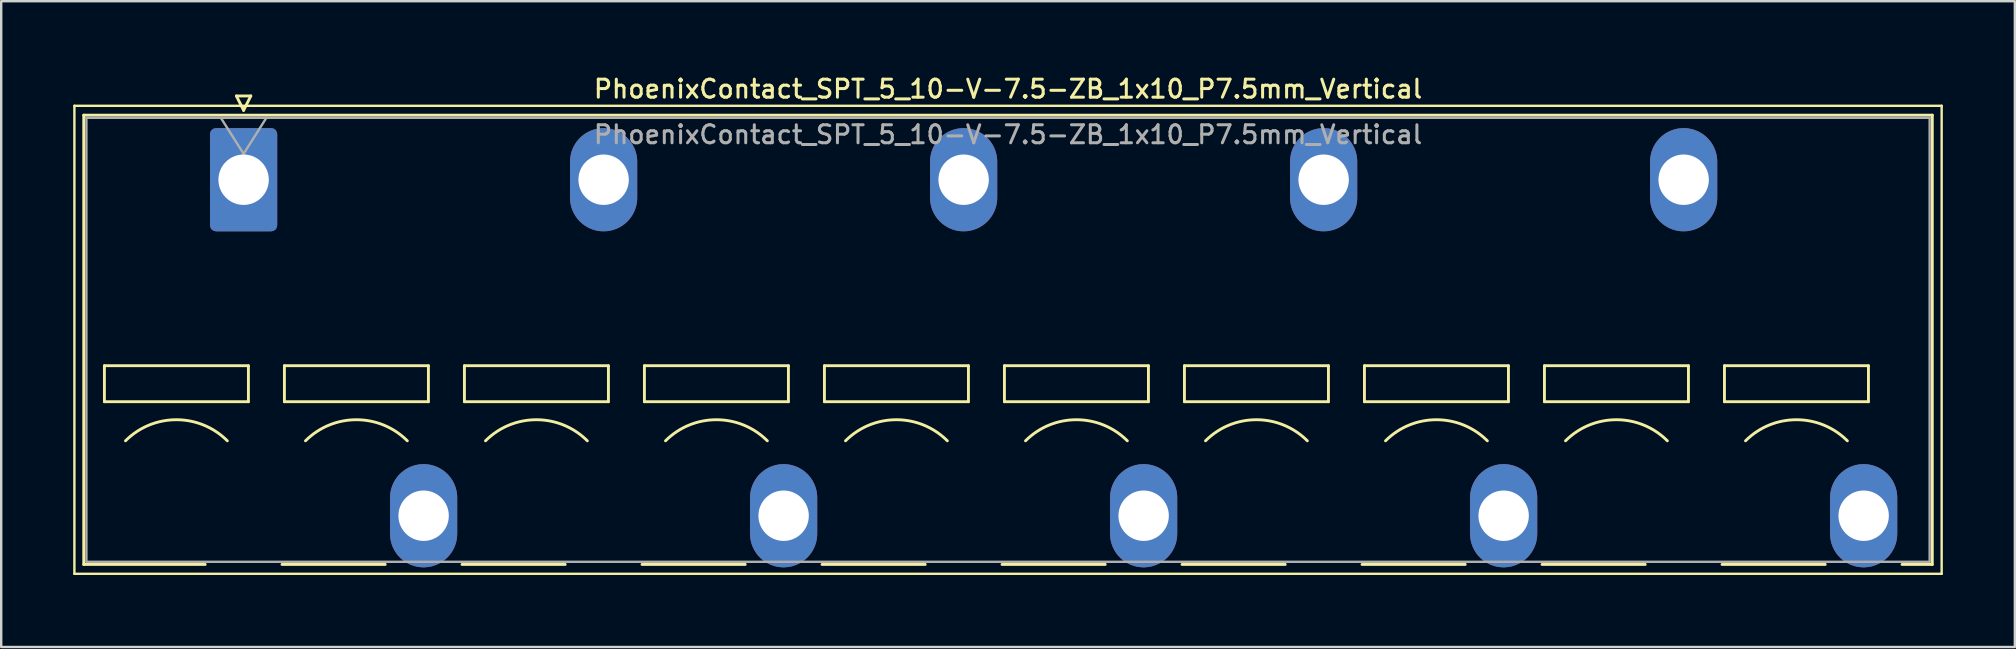
<source format=kicad_pcb>
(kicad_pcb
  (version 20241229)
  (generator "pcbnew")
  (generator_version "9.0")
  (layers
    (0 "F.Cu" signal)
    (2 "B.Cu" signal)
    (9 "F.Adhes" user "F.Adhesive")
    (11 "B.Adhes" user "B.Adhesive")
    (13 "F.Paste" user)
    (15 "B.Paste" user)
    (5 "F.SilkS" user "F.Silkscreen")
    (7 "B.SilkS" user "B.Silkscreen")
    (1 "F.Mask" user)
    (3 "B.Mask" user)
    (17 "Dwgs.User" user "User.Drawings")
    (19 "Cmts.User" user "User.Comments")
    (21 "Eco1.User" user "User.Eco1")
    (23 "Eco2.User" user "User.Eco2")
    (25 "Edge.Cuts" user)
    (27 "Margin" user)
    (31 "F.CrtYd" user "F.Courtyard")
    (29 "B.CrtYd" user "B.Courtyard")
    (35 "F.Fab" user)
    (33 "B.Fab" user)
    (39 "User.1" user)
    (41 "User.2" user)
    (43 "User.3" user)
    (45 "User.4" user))
  (footprint "PhoenixContact_SPT_5_10-V-7.5-ZB_1x10_P7.5mm_Vertical"
    (layer "F.Cu")
    (at 7.1 4.438)
    (property "Reference" "PhoenixContact_SPT_5_10-V-7.5-ZB_1x10_P7.5mm_Vertical" (at 31.85 -3.78 0) (layer "F.SilkS") (effects (font (size 0.75 0.75) (thickness 0.125))))
    (attr through_hole)
    (fp_line (start -7.05 -3.08) (end -7.05 16.42) (stroke (width 0.1) (type solid)) (layer "F.SilkS"))
    (fp_line (start -7.05 16.42) (end 70.75 16.42) (stroke (width 0.1) (type solid)) (layer "F.SilkS"))
    (fp_line (start -6.66 -2.69) (end 70.36 -2.69) (stroke (width 0.12) (type solid)) (layer "F.SilkS"))
    (fp_line (start -6.66 16.03) (end -6.66 -2.69) (stroke (width 0.12) (type solid)) (layer "F.SilkS"))
    (fp_line (start -6.66 16.03) (end -1.6 16.03) (stroke (width 0.12) (type solid)) (layer "F.SilkS"))
    (fp_line (start -5.8 7.75) (end -5.8 9.25) (stroke (width 0.12) (type solid)) (layer "F.SilkS"))
    (fp_line (start -5.8 9.25) (end 0.2 9.25) (stroke (width 0.12) (type solid)) (layer "F.SilkS"))
    (fp_line (start -0.3 -3.49) (end 0 -2.89) (stroke (width 0.12) (type solid)) (layer "F.SilkS"))
    (fp_line (start -0.3 -3.49) (end 0.3 -3.49) (stroke (width 0.12) (type solid)) (layer "F.SilkS"))
    (fp_line (start 0.2 7.75) (end -5.8 7.75) (stroke (width 0.12) (type solid)) (layer "F.SilkS"))
    (fp_line (start 0.2 9.25) (end 0.2 7.75) (stroke (width 0.12) (type solid)) (layer "F.SilkS"))
    (fp_line (start 0.3 -3.49) (end 0 -2.89) (stroke (width 0.12) (type solid)) (layer "F.SilkS"))
    (fp_line (start 1.6 16.03) (end 5.9 16.03) (stroke (width 0.12) (type solid)) (layer "F.SilkS"))
    (fp_line (start 1.7 7.75) (end 1.7 9.25) (stroke (width 0.12) (type solid)) (layer "F.SilkS"))
    (fp_line (start 1.7 9.25) (end 7.7 9.25) (stroke (width 0.12) (type solid)) (layer "F.SilkS"))
    (fp_line (start 7.7 7.75) (end 1.7 7.75) (stroke (width 0.12) (type solid)) (layer "F.SilkS"))
    (fp_line (start 7.7 9.25) (end 7.7 7.75) (stroke (width 0.12) (type solid)) (layer "F.SilkS"))
    (fp_line (start 9.1 16.03) (end 13.4 16.03) (stroke (width 0.12) (type solid)) (layer "F.SilkS"))
    (fp_line (start 9.2 7.75) (end 9.2 9.25) (stroke (width 0.12) (type solid)) (layer "F.SilkS"))
    (fp_line (start 9.2 9.25) (end 15.2 9.25) (stroke (width 0.12) (type solid)) (layer "F.SilkS"))
    (fp_line (start 15.2 7.75) (end 9.2 7.75) (stroke (width 0.12) (type solid)) (layer "F.SilkS"))
    (fp_line (start 15.2 9.25) (end 15.2 7.75) (stroke (width 0.12) (type solid)) (layer "F.SilkS"))
    (fp_line (start 16.6 16.03) (end 20.9 16.03) (stroke (width 0.12) (type solid)) (layer "F.SilkS"))
    (fp_line (start 16.7 7.75) (end 16.7 9.25) (stroke (width 0.12) (type solid)) (layer "F.SilkS"))
    (fp_line (start 16.7 9.25) (end 22.7 9.25) (stroke (width 0.12) (type solid)) (layer "F.SilkS"))
    (fp_line (start 22.7 7.75) (end 16.7 7.75) (stroke (width 0.12) (type solid)) (layer "F.SilkS"))
    (fp_line (start 22.7 9.25) (end 22.7 7.75) (stroke (width 0.12) (type solid)) (layer "F.SilkS"))
    (fp_line (start 24.1 16.03) (end 28.4 16.03) (stroke (width 0.12) (type solid)) (layer "F.SilkS"))
    (fp_line (start 24.2 7.75) (end 24.2 9.25) (stroke (width 0.12) (type solid)) (layer "F.SilkS"))
    (fp_line (start 24.2 9.25) (end 30.2 9.25) (stroke (width 0.12) (type solid)) (layer "F.SilkS"))
    (fp_line (start 30.2 7.75) (end 24.2 7.75) (stroke (width 0.12) (type solid)) (layer "F.SilkS"))
    (fp_line (start 30.2 9.25) (end 30.2 7.75) (stroke (width 0.12) (type solid)) (layer "F.SilkS"))
    (fp_line (start 31.6 16.03) (end 35.9 16.03) (stroke (width 0.12) (type solid)) (layer "F.SilkS"))
    (fp_line (start 31.7 7.75) (end 31.7 9.25) (stroke (width 0.12) (type solid)) (layer "F.SilkS"))
    (fp_line (start 31.7 9.25) (end 37.7 9.25) (stroke (width 0.12) (type solid)) (layer "F.SilkS"))
    (fp_line (start 37.7 7.75) (end 31.7 7.75) (stroke (width 0.12) (type solid)) (layer "F.SilkS"))
    (fp_line (start 37.7 9.25) (end 37.7 7.75) (stroke (width 0.12) (type solid)) (layer "F.SilkS"))
    (fp_line (start 39.1 16.03) (end 43.4 16.03) (stroke (width 0.12) (type solid)) (layer "F.SilkS"))
    (fp_line (start 39.2 7.75) (end 39.2 9.25) (stroke (width 0.12) (type solid)) (layer "F.SilkS"))
    (fp_line (start 39.2 9.25) (end 45.2 9.25) (stroke (width 0.12) (type solid)) (layer "F.SilkS"))
    (fp_line (start 45.2 7.75) (end 39.2 7.75) (stroke (width 0.12) (type solid)) (layer "F.SilkS"))
    (fp_line (start 45.2 9.25) (end 45.2 7.75) (stroke (width 0.12) (type solid)) (layer "F.SilkS"))
    (fp_line (start 46.6 16.03) (end 50.9 16.03) (stroke (width 0.12) (type solid)) (layer "F.SilkS"))
    (fp_line (start 46.7 7.75) (end 46.7 9.25) (stroke (width 0.12) (type solid)) (layer "F.SilkS"))
    (fp_line (start 46.7 9.25) (end 52.7 9.25) (stroke (width 0.12) (type solid)) (layer "F.SilkS"))
    (fp_line (start 52.7 7.75) (end 46.7 7.75) (stroke (width 0.12) (type solid)) (layer "F.SilkS"))
    (fp_line (start 52.7 9.25) (end 52.7 7.75) (stroke (width 0.12) (type solid)) (layer "F.SilkS"))
    (fp_line (start 54.1 16.03) (end 58.4 16.03) (stroke (width 0.12) (type solid)) (layer "F.SilkS"))
    (fp_line (start 54.2 7.75) (end 54.2 9.25) (stroke (width 0.12) (type solid)) (layer "F.SilkS"))
    (fp_line (start 54.2 9.25) (end 60.2 9.25) (stroke (width 0.12) (type solid)) (layer "F.SilkS"))
    (fp_line (start 60.2 7.75) (end 54.2 7.75) (stroke (width 0.12) (type solid)) (layer "F.SilkS"))
    (fp_line (start 60.2 9.25) (end 60.2 7.75) (stroke (width 0.12) (type solid)) (layer "F.SilkS"))
    (fp_line (start 61.6 16.03) (end 65.9 16.03) (stroke (width 0.12) (type solid)) (layer "F.SilkS"))
    (fp_line (start 61.7 7.75) (end 61.7 9.25) (stroke (width 0.12) (type solid)) (layer "F.SilkS"))
    (fp_line (start 61.7 9.25) (end 67.7 9.25) (stroke (width 0.12) (type solid)) (layer "F.SilkS"))
    (fp_line (start 67.7 7.75) (end 61.7 7.75) (stroke (width 0.12) (type solid)) (layer "F.SilkS"))
    (fp_line (start 67.7 9.25) (end 67.7 7.75) (stroke (width 0.12) (type solid)) (layer "F.SilkS"))
    (fp_line (start 69.1 16.03) (end 70.36 16.03) (stroke (width 0.12) (type solid)) (layer "F.SilkS"))
    (fp_line (start 70.36 -2.69) (end 70.36 16.03) (stroke (width 0.12) (type solid)) (layer "F.SilkS"))
    (fp_line (start 70.75 -3.08) (end -7.05 -3.08) (stroke (width 0.1) (type solid)) (layer "F.SilkS"))
    (fp_line (start 70.75 16.42) (end 70.75 -3.08) (stroke (width 0.1) (type solid)) (layer "F.SilkS"))
    (fp_arc (start -4.92132 10.87868) (mid -2.8 10) (end -0.67868 10.87868) (stroke (width 0.12) (type solid)) (layer "F.SilkS"))
    (fp_arc (start 2.57868 10.87868) (mid 4.7 10) (end 6.82132 10.87868) (stroke (width 0.12) (type solid)) (layer "F.SilkS"))
    (fp_arc (start 10.07868 10.87868) (mid 12.2 10) (end 14.32132 10.87868) (stroke (width 0.12) (type solid)) (layer "F.SilkS"))
    (fp_arc (start 17.57868 10.87868) (mid 19.7 10) (end 21.82132 10.87868) (stroke (width 0.12) (type solid)) (layer "F.SilkS"))
    (fp_arc (start 25.07868 10.87868) (mid 27.2 10) (end 29.32132 10.87868) (stroke (width 0.12) (type solid)) (layer "F.SilkS"))
    (fp_arc (start 32.57868 10.87868) (mid 34.7 10) (end 36.82132 10.87868) (stroke (width 0.12) (type solid)) (layer "F.SilkS"))
    (fp_arc (start 40.07868 10.87868) (mid 42.2 10) (end 44.32132 10.87868) (stroke (width 0.12) (type solid)) (layer "F.SilkS"))
    (fp_arc (start 47.57868 10.87868) (mid 49.7 10) (end 51.82132 10.87868) (stroke (width 0.12) (type solid)) (layer "F.SilkS"))
    (fp_arc (start 55.07868 10.87868) (mid 57.2 10) (end 59.32132 10.87868) (stroke (width 0.12) (type solid)) (layer "F.SilkS"))
    (fp_arc (start 62.57868 10.87868) (mid 64.7 10) (end 66.82132 10.87868) (stroke (width 0.12) (type solid)) (layer "F.SilkS"))
    (fp_line (start -6.55 -2.58) (end -6.55 15.92) (stroke (width 0.1) (type solid)) (layer "F.Fab"))
    (fp_line (start -6.55 15.92) (end 70.25 15.92) (stroke (width 0.1) (type solid)) (layer "F.Fab"))
    (fp_line (start -0.95 -2.58) (end 0 -1.08) (stroke (width 0.1) (type solid)) (layer "F.Fab"))
    (fp_line (start 0.95 -2.58) (end 0 -1.08) (stroke (width 0.1) (type solid)) (layer "F.Fab"))
    (fp_line (start 70.25 -2.58) (end -6.55 -2.58) (stroke (width 0.1) (type solid)) (layer "F.Fab"))
    (fp_line (start 70.25 15.92) (end 70.25 -2.58) (stroke (width 0.1) (type solid)) (layer "F.Fab"))
    (fp_text user "${REFERENCE}" (at 31.85 -1.88 0) (layer "F.Fab") (effects (font (size 0.75 0.75) (thickness 0.125))))
    (pad "1" thru_hole roundrect (at 0 0) (size 2.8 4.3) (drill 2.1) (layers "*.Cu" "*.Mask") (roundrect_rratio 0.089))
    (pad "2" thru_hole oval (at 7.5 14) (size 2.8 4.3) (drill 2.1) (layers "*.Cu" "*.Mask"))
    (pad "3" thru_hole oval (at 15 0) (size 2.8 4.3) (drill 2.1) (layers "*.Cu" "*.Mask"))
    (pad "4" thru_hole oval (at 22.5 14) (size 2.8 4.3) (drill 2.1) (layers "*.Cu" "*.Mask"))
    (pad "5" thru_hole oval (at 30 0) (size 2.8 4.3) (drill 2.1) (layers "*.Cu" "*.Mask"))
    (pad "6" thru_hole oval (at 37.5 14) (size 2.8 4.3) (drill 2.1) (layers "*.Cu" "*.Mask"))
    (pad "7" thru_hole oval (at 45 0) (size 2.8 4.3) (drill 2.1) (layers "*.Cu" "*.Mask"))
    (pad "8" thru_hole oval (at 52.5 14) (size 2.8 4.3) (drill 2.1) (layers "*.Cu" "*.Mask"))
    (pad "9" thru_hole oval (at 60 0) (size 2.8 4.3) (drill 2.1) (layers "*.Cu" "*.Mask"))
    (pad "10" thru_hole oval (at 67.5 14) (size 2.8 4.3) (drill 2.1) (layers "*.Cu" "*.Mask")))
  (gr_rect
    (start -3 -3)
    (end 80.9 23.908)
    (stroke (width 0.1) (type default))
    (fill no)
    (layer "Edge.Cuts")))
</source>
